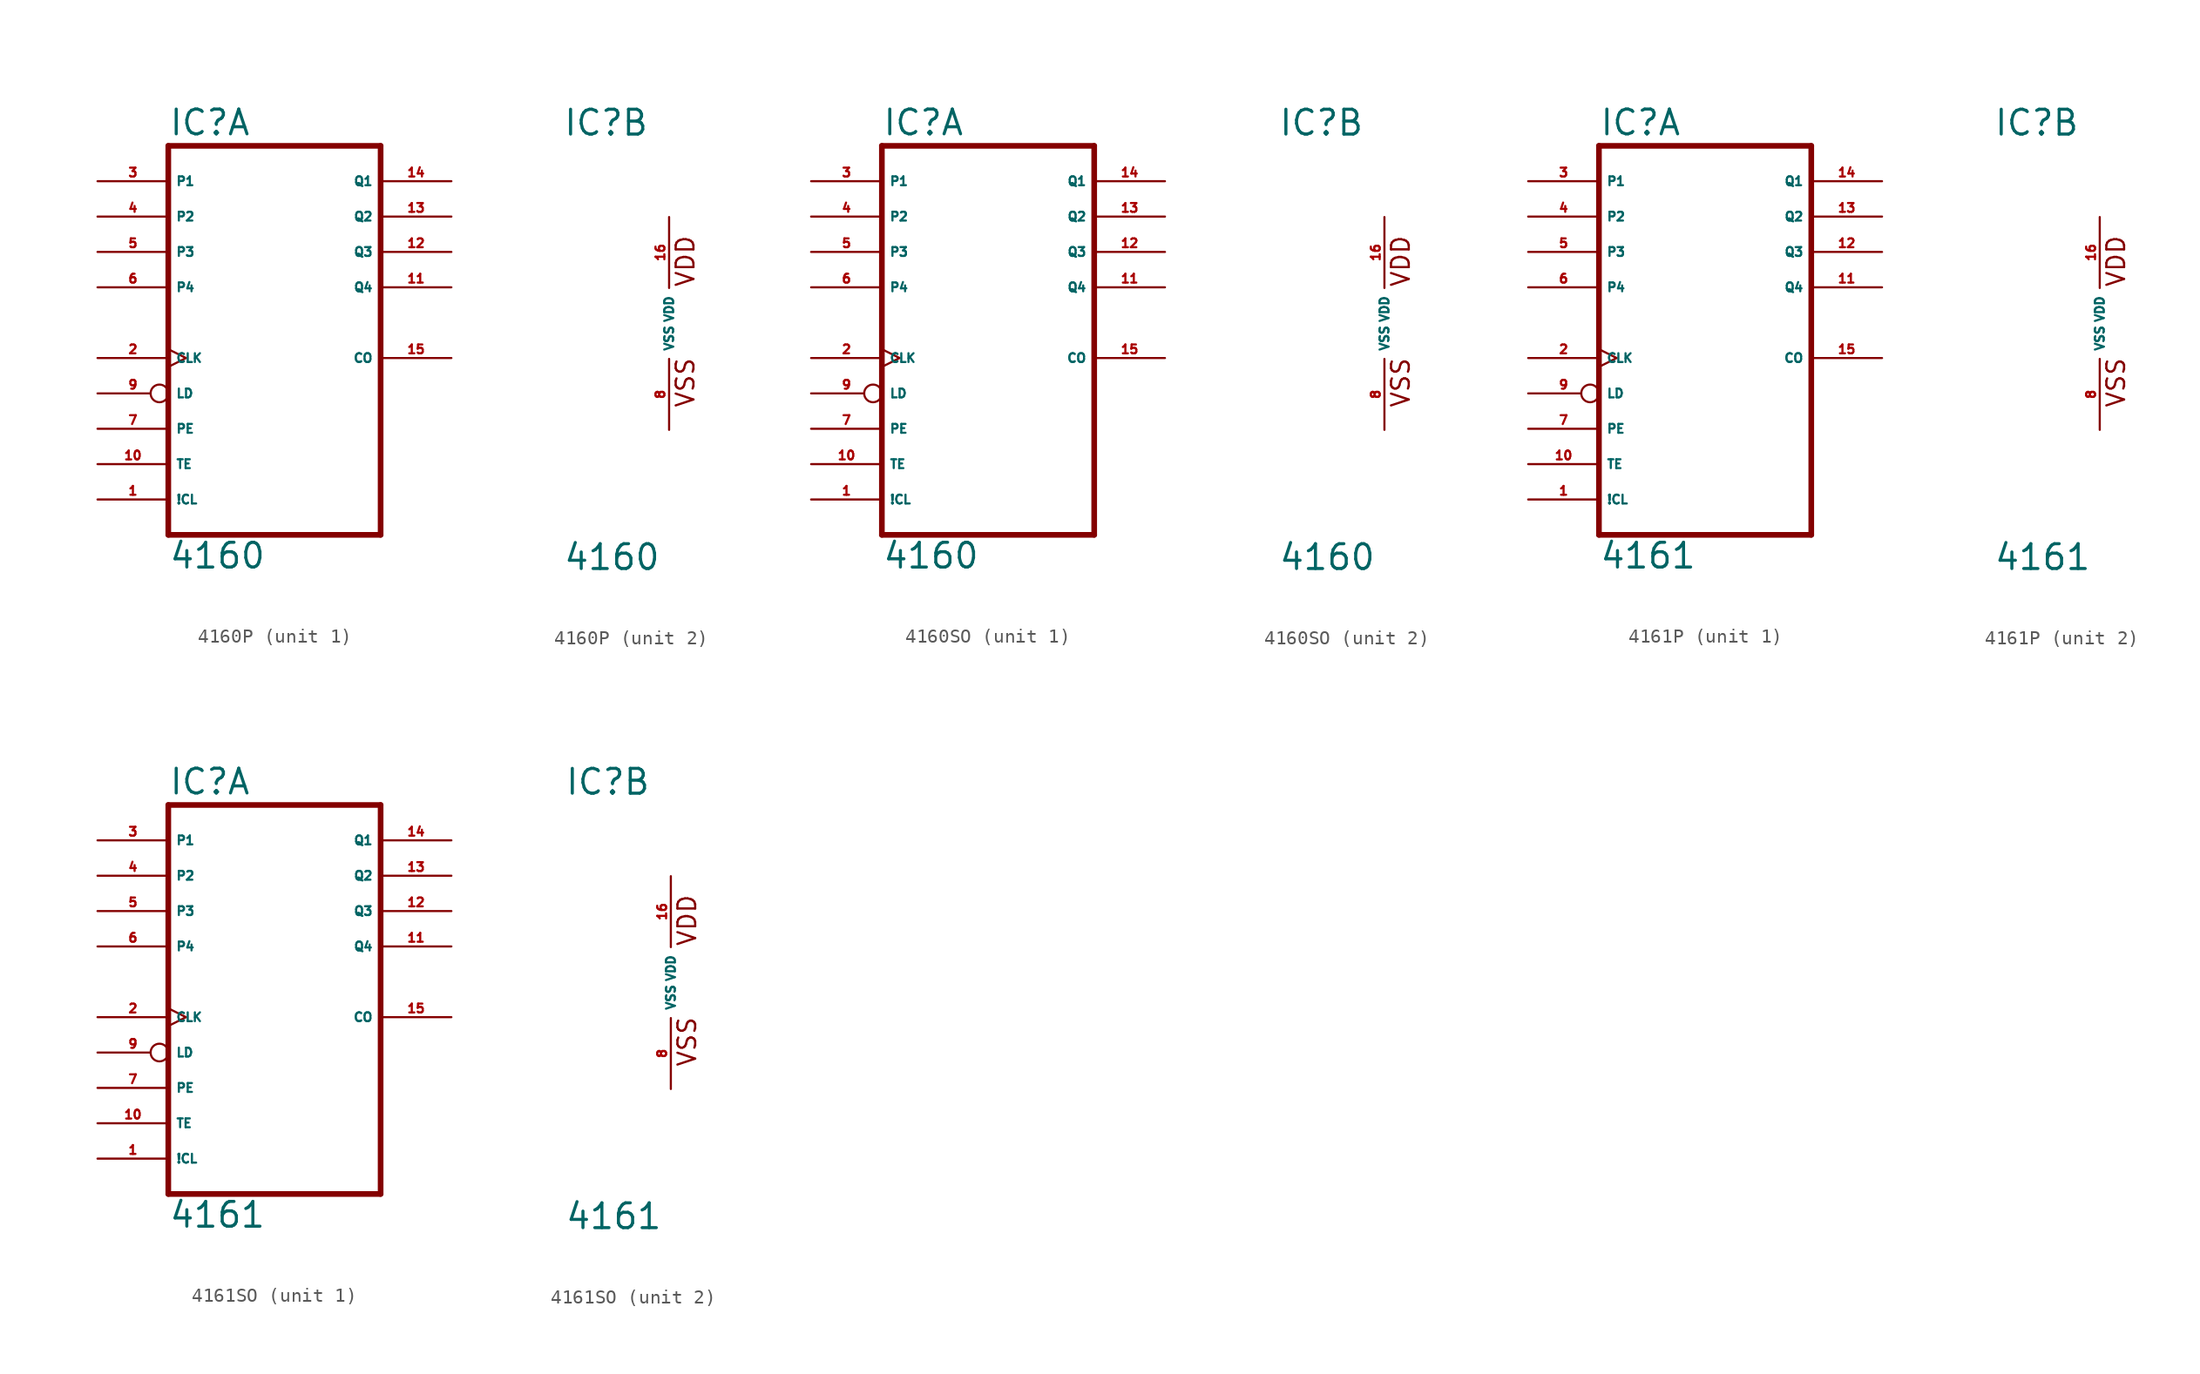
<source format=kicad_sym>
(kicad_symbol_lib
  (version 20220914)
  (generator Eagle2Kicad)
  (symbol "4160P"
    (property "Reference" "IC"
      (at -7.62 13.335 0)
      (effects (font (size 1.778 1.778) (thickness 0.22)) (justify left bottom)))
    (property "Value" "4160"
      (at -7.62 -17.78 0)
      (effects (font (size 1.778 1.778) (thickness 0.22)) (justify left bottom)))
    (symbol "4160P_1_0"
      (polyline (pts (xy -7.62 -15.24) (xy 7.62 -15.24)) (stroke (width 0.406) (type default)) (fill (type none)))
      (polyline (pts (xy 7.62 -15.24) (xy 7.62 12.7)) (stroke (width 0.406) (type default)) (fill (type none)))
      (polyline (pts (xy 7.62 12.7) (xy -7.62 12.7)) (stroke (width 0.406) (type default)) (fill (type none)))
      (polyline (pts (xy -7.62 12.7) (xy -7.62 -15.24)) (stroke (width 0.406) (type default)) (fill (type none)))
      (pin input line (at -12.7 -12.7 0) (length 5.08) (name "!CL" (effects (font (size 0.635 0.635) (thickness 0.08)) (justify left bottom))) (number "1" (effects (font (size 0.635 0.635) (thickness 0.08)) (justify left bottom))))
      (pin input clock (at -12.7 -2.54 0) (length 5.08) (name "CLK" (effects (font (size 0.635 0.635) (thickness 0.08)) (justify left bottom))) (number "2" (effects (font (size 0.635 0.635) (thickness 0.08)) (justify left bottom))))
      (pin input line (at -12.7 10.16 0) (length 5.08) (name "P1" (effects (font (size 0.635 0.635) (thickness 0.08)) (justify left bottom))) (number "3" (effects (font (size 0.635 0.635) (thickness 0.08)) (justify left bottom))))
      (pin input line (at -12.7 7.62 0) (length 5.08) (name "P2" (effects (font (size 0.635 0.635) (thickness 0.08)) (justify left bottom))) (number "4" (effects (font (size 0.635 0.635) (thickness 0.08)) (justify left bottom))))
      (pin input line (at -12.7 5.08 0) (length 5.08) (name "P3" (effects (font (size 0.635 0.635) (thickness 0.08)) (justify left bottom))) (number "5" (effects (font (size 0.635 0.635) (thickness 0.08)) (justify left bottom))))
      (pin input line (at -12.7 2.54 0) (length 5.08) (name "P4" (effects (font (size 0.635 0.635) (thickness 0.08)) (justify left bottom))) (number "6" (effects (font (size 0.635 0.635) (thickness 0.08)) (justify left bottom))))
      (pin input line (at -12.7 -7.62 0) (length 5.08) (name "PE" (effects (font (size 0.635 0.635) (thickness 0.08)) (justify left bottom))) (number "7" (effects (font (size 0.635 0.635) (thickness 0.08)) (justify left bottom))))
      (pin input inverted (at -12.7 -5.08 0) (length 5.08) (name "LD" (effects (font (size 0.635 0.635) (thickness 0.08)) (justify left bottom))) (number "9" (effects (font (size 0.635 0.635) (thickness 0.08)) (justify left bottom))))
      (pin input line (at -12.7 -10.16 0) (length 5.08) (name "TE" (effects (font (size 0.635 0.635) (thickness 0.08)) (justify left bottom))) (number "10" (effects (font (size 0.635 0.635) (thickness 0.08)) (justify left bottom))))
      (pin output line (at 12.7 2.54 180) (length 5.08) (name "Q4" (effects (font (size 0.635 0.635) (thickness 0.08)) (justify left bottom))) (number "11" (effects (font (size 0.635 0.635) (thickness 0.08)) (justify left bottom))))
      (pin output line (at 12.7 5.08 180) (length 5.08) (name "Q3" (effects (font (size 0.635 0.635) (thickness 0.08)) (justify left bottom))) (number "12" (effects (font (size 0.635 0.635) (thickness 0.08)) (justify left bottom))))
      (pin output line (at 12.7 7.62 180) (length 5.08) (name "Q2" (effects (font (size 0.635 0.635) (thickness 0.08)) (justify left bottom))) (number "13" (effects (font (size 0.635 0.635) (thickness 0.08)) (justify left bottom))))
      (pin output line (at 12.7 10.16 180) (length 5.08) (name "Q1" (effects (font (size 0.635 0.635) (thickness 0.08)) (justify left bottom))) (number "14" (effects (font (size 0.635 0.635) (thickness 0.08)) (justify left bottom))))
      (pin output line (at 12.7 -2.54 180) (length 5.08) (name "CO" (effects (font (size 0.635 0.635) (thickness 0.08)) (justify left bottom))) (number "15" (effects (font (size 0.635 0.635) (thickness 0.08)) (justify left bottom)))))
    (symbol "4160P_2_0"
      (text "VDD" (at 1.905 2.54 900) (effects (font (size 1.27 1.27) (thickness 0.16)) (justify left bottom)))
      (text "VSS" (at 1.905 -6.096 900) (effects (font (size 1.27 1.27) (thickness 0.16)) (justify left bottom)))
      (pin unspecified line (at 0 -7.62 90) (length 5.08) (name "VSS" (effects (font (size 0.635 0.635) (thickness 0.08)) (justify left bottom))) (number "8" (effects (font (size 0.635 0.635) (thickness 0.08)) (justify left bottom))))
      (pin unspecified line (at 0 7.62 270) (length 5.08) (name "VDD" (effects (font (size 0.635 0.635) (thickness 0.08)) (justify left bottom))) (number "16" (effects (font (size 0.635 0.635) (thickness 0.08)) (justify left bottom))))))
  (symbol "4160SO"
    (property "Reference" "IC"
      (at -7.62 13.335 0)
      (effects (font (size 1.778 1.778) (thickness 0.22)) (justify left bottom)))
    (property "Value" "4160"
      (at -7.62 -17.78 0)
      (effects (font (size 1.778 1.778) (thickness 0.22)) (justify left bottom)))
    (symbol "4160SO_1_0"
      (polyline (pts (xy -7.62 -15.24) (xy 7.62 -15.24)) (stroke (width 0.406) (type default)) (fill (type none)))
      (polyline (pts (xy 7.62 -15.24) (xy 7.62 12.7)) (stroke (width 0.406) (type default)) (fill (type none)))
      (polyline (pts (xy 7.62 12.7) (xy -7.62 12.7)) (stroke (width 0.406) (type default)) (fill (type none)))
      (polyline (pts (xy -7.62 12.7) (xy -7.62 -15.24)) (stroke (width 0.406) (type default)) (fill (type none)))
      (pin input line (at -12.7 -12.7 0) (length 5.08) (name "!CL" (effects (font (size 0.635 0.635) (thickness 0.08)) (justify left bottom))) (number "1" (effects (font (size 0.635 0.635) (thickness 0.08)) (justify left bottom))))
      (pin input clock (at -12.7 -2.54 0) (length 5.08) (name "CLK" (effects (font (size 0.635 0.635) (thickness 0.08)) (justify left bottom))) (number "2" (effects (font (size 0.635 0.635) (thickness 0.08)) (justify left bottom))))
      (pin input line (at -12.7 10.16 0) (length 5.08) (name "P1" (effects (font (size 0.635 0.635) (thickness 0.08)) (justify left bottom))) (number "3" (effects (font (size 0.635 0.635) (thickness 0.08)) (justify left bottom))))
      (pin input line (at -12.7 7.62 0) (length 5.08) (name "P2" (effects (font (size 0.635 0.635) (thickness 0.08)) (justify left bottom))) (number "4" (effects (font (size 0.635 0.635) (thickness 0.08)) (justify left bottom))))
      (pin input line (at -12.7 5.08 0) (length 5.08) (name "P3" (effects (font (size 0.635 0.635) (thickness 0.08)) (justify left bottom))) (number "5" (effects (font (size 0.635 0.635) (thickness 0.08)) (justify left bottom))))
      (pin input line (at -12.7 2.54 0) (length 5.08) (name "P4" (effects (font (size 0.635 0.635) (thickness 0.08)) (justify left bottom))) (number "6" (effects (font (size 0.635 0.635) (thickness 0.08)) (justify left bottom))))
      (pin input line (at -12.7 -7.62 0) (length 5.08) (name "PE" (effects (font (size 0.635 0.635) (thickness 0.08)) (justify left bottom))) (number "7" (effects (font (size 0.635 0.635) (thickness 0.08)) (justify left bottom))))
      (pin input inverted (at -12.7 -5.08 0) (length 5.08) (name "LD" (effects (font (size 0.635 0.635) (thickness 0.08)) (justify left bottom))) (number "9" (effects (font (size 0.635 0.635) (thickness 0.08)) (justify left bottom))))
      (pin input line (at -12.7 -10.16 0) (length 5.08) (name "TE" (effects (font (size 0.635 0.635) (thickness 0.08)) (justify left bottom))) (number "10" (effects (font (size 0.635 0.635) (thickness 0.08)) (justify left bottom))))
      (pin output line (at 12.7 2.54 180) (length 5.08) (name "Q4" (effects (font (size 0.635 0.635) (thickness 0.08)) (justify left bottom))) (number "11" (effects (font (size 0.635 0.635) (thickness 0.08)) (justify left bottom))))
      (pin output line (at 12.7 5.08 180) (length 5.08) (name "Q3" (effects (font (size 0.635 0.635) (thickness 0.08)) (justify left bottom))) (number "12" (effects (font (size 0.635 0.635) (thickness 0.08)) (justify left bottom))))
      (pin output line (at 12.7 7.62 180) (length 5.08) (name "Q2" (effects (font (size 0.635 0.635) (thickness 0.08)) (justify left bottom))) (number "13" (effects (font (size 0.635 0.635) (thickness 0.08)) (justify left bottom))))
      (pin output line (at 12.7 10.16 180) (length 5.08) (name "Q1" (effects (font (size 0.635 0.635) (thickness 0.08)) (justify left bottom))) (number "14" (effects (font (size 0.635 0.635) (thickness 0.08)) (justify left bottom))))
      (pin output line (at 12.7 -2.54 180) (length 5.08) (name "CO" (effects (font (size 0.635 0.635) (thickness 0.08)) (justify left bottom))) (number "15" (effects (font (size 0.635 0.635) (thickness 0.08)) (justify left bottom)))))
    (symbol "4160SO_2_0"
      (text "VDD" (at 1.905 2.54 900) (effects (font (size 1.27 1.27) (thickness 0.16)) (justify left bottom)))
      (text "VSS" (at 1.905 -6.096 900) (effects (font (size 1.27 1.27) (thickness 0.16)) (justify left bottom)))
      (pin unspecified line (at 0 -7.62 90) (length 5.08) (name "VSS" (effects (font (size 0.635 0.635) (thickness 0.08)) (justify left bottom))) (number "8" (effects (font (size 0.635 0.635) (thickness 0.08)) (justify left bottom))))
      (pin unspecified line (at 0 7.62 270) (length 5.08) (name "VDD" (effects (font (size 0.635 0.635) (thickness 0.08)) (justify left bottom))) (number "16" (effects (font (size 0.635 0.635) (thickness 0.08)) (justify left bottom))))))
  (symbol "4161P"
    (property "Reference" "IC"
      (at -7.62 13.335 0)
      (effects (font (size 1.778 1.778) (thickness 0.22)) (justify left bottom)))
    (property "Value" "4161"
      (at -7.62 -17.78 0)
      (effects (font (size 1.778 1.778) (thickness 0.22)) (justify left bottom)))
    (symbol "4161P_1_0"
      (polyline (pts (xy -7.62 -15.24) (xy 7.62 -15.24)) (stroke (width 0.406) (type default)) (fill (type none)))
      (polyline (pts (xy 7.62 -15.24) (xy 7.62 12.7)) (stroke (width 0.406) (type default)) (fill (type none)))
      (polyline (pts (xy 7.62 12.7) (xy -7.62 12.7)) (stroke (width 0.406) (type default)) (fill (type none)))
      (polyline (pts (xy -7.62 12.7) (xy -7.62 -15.24)) (stroke (width 0.406) (type default)) (fill (type none)))
      (pin input line (at -12.7 -12.7 0) (length 5.08) (name "!CL" (effects (font (size 0.635 0.635) (thickness 0.08)) (justify left bottom))) (number "1" (effects (font (size 0.635 0.635) (thickness 0.08)) (justify left bottom))))
      (pin input clock (at -12.7 -2.54 0) (length 5.08) (name "CLK" (effects (font (size 0.635 0.635) (thickness 0.08)) (justify left bottom))) (number "2" (effects (font (size 0.635 0.635) (thickness 0.08)) (justify left bottom))))
      (pin input line (at -12.7 10.16 0) (length 5.08) (name "P1" (effects (font (size 0.635 0.635) (thickness 0.08)) (justify left bottom))) (number "3" (effects (font (size 0.635 0.635) (thickness 0.08)) (justify left bottom))))
      (pin input line (at -12.7 7.62 0) (length 5.08) (name "P2" (effects (font (size 0.635 0.635) (thickness 0.08)) (justify left bottom))) (number "4" (effects (font (size 0.635 0.635) (thickness 0.08)) (justify left bottom))))
      (pin input line (at -12.7 5.08 0) (length 5.08) (name "P3" (effects (font (size 0.635 0.635) (thickness 0.08)) (justify left bottom))) (number "5" (effects (font (size 0.635 0.635) (thickness 0.08)) (justify left bottom))))
      (pin input line (at -12.7 2.54 0) (length 5.08) (name "P4" (effects (font (size 0.635 0.635) (thickness 0.08)) (justify left bottom))) (number "6" (effects (font (size 0.635 0.635) (thickness 0.08)) (justify left bottom))))
      (pin input line (at -12.7 -7.62 0) (length 5.08) (name "PE" (effects (font (size 0.635 0.635) (thickness 0.08)) (justify left bottom))) (number "7" (effects (font (size 0.635 0.635) (thickness 0.08)) (justify left bottom))))
      (pin input inverted (at -12.7 -5.08 0) (length 5.08) (name "LD" (effects (font (size 0.635 0.635) (thickness 0.08)) (justify left bottom))) (number "9" (effects (font (size 0.635 0.635) (thickness 0.08)) (justify left bottom))))
      (pin input line (at -12.7 -10.16 0) (length 5.08) (name "TE" (effects (font (size 0.635 0.635) (thickness 0.08)) (justify left bottom))) (number "10" (effects (font (size 0.635 0.635) (thickness 0.08)) (justify left bottom))))
      (pin output line (at 12.7 2.54 180) (length 5.08) (name "Q4" (effects (font (size 0.635 0.635) (thickness 0.08)) (justify left bottom))) (number "11" (effects (font (size 0.635 0.635) (thickness 0.08)) (justify left bottom))))
      (pin output line (at 12.7 5.08 180) (length 5.08) (name "Q3" (effects (font (size 0.635 0.635) (thickness 0.08)) (justify left bottom))) (number "12" (effects (font (size 0.635 0.635) (thickness 0.08)) (justify left bottom))))
      (pin output line (at 12.7 7.62 180) (length 5.08) (name "Q2" (effects (font (size 0.635 0.635) (thickness 0.08)) (justify left bottom))) (number "13" (effects (font (size 0.635 0.635) (thickness 0.08)) (justify left bottom))))
      (pin output line (at 12.7 10.16 180) (length 5.08) (name "Q1" (effects (font (size 0.635 0.635) (thickness 0.08)) (justify left bottom))) (number "14" (effects (font (size 0.635 0.635) (thickness 0.08)) (justify left bottom))))
      (pin output line (at 12.7 -2.54 180) (length 5.08) (name "CO" (effects (font (size 0.635 0.635) (thickness 0.08)) (justify left bottom))) (number "15" (effects (font (size 0.635 0.635) (thickness 0.08)) (justify left bottom)))))
    (symbol "4161P_2_0"
      (text "VDD" (at 1.905 2.54 900) (effects (font (size 1.27 1.27) (thickness 0.16)) (justify left bottom)))
      (text "VSS" (at 1.905 -6.096 900) (effects (font (size 1.27 1.27) (thickness 0.16)) (justify left bottom)))
      (pin unspecified line (at 0 -7.62 90) (length 5.08) (name "VSS" (effects (font (size 0.635 0.635) (thickness 0.08)) (justify left bottom))) (number "8" (effects (font (size 0.635 0.635) (thickness 0.08)) (justify left bottom))))
      (pin unspecified line (at 0 7.62 270) (length 5.08) (name "VDD" (effects (font (size 0.635 0.635) (thickness 0.08)) (justify left bottom))) (number "16" (effects (font (size 0.635 0.635) (thickness 0.08)) (justify left bottom))))))
  (symbol "4161SO"
    (property "Reference" "IC"
      (at -7.62 13.335 0)
      (effects (font (size 1.778 1.778) (thickness 0.22)) (justify left bottom)))
    (property "Value" "4161"
      (at -7.62 -17.78 0)
      (effects (font (size 1.778 1.778) (thickness 0.22)) (justify left bottom)))
    (symbol "4161SO_1_0"
      (polyline (pts (xy -7.62 -15.24) (xy 7.62 -15.24)) (stroke (width 0.406) (type default)) (fill (type none)))
      (polyline (pts (xy 7.62 -15.24) (xy 7.62 12.7)) (stroke (width 0.406) (type default)) (fill (type none)))
      (polyline (pts (xy 7.62 12.7) (xy -7.62 12.7)) (stroke (width 0.406) (type default)) (fill (type none)))
      (polyline (pts (xy -7.62 12.7) (xy -7.62 -15.24)) (stroke (width 0.406) (type default)) (fill (type none)))
      (pin input line (at -12.7 -12.7 0) (length 5.08) (name "!CL" (effects (font (size 0.635 0.635) (thickness 0.08)) (justify left bottom))) (number "1" (effects (font (size 0.635 0.635) (thickness 0.08)) (justify left bottom))))
      (pin input clock (at -12.7 -2.54 0) (length 5.08) (name "CLK" (effects (font (size 0.635 0.635) (thickness 0.08)) (justify left bottom))) (number "2" (effects (font (size 0.635 0.635) (thickness 0.08)) (justify left bottom))))
      (pin input line (at -12.7 10.16 0) (length 5.08) (name "P1" (effects (font (size 0.635 0.635) (thickness 0.08)) (justify left bottom))) (number "3" (effects (font (size 0.635 0.635) (thickness 0.08)) (justify left bottom))))
      (pin input line (at -12.7 7.62 0) (length 5.08) (name "P2" (effects (font (size 0.635 0.635) (thickness 0.08)) (justify left bottom))) (number "4" (effects (font (size 0.635 0.635) (thickness 0.08)) (justify left bottom))))
      (pin input line (at -12.7 5.08 0) (length 5.08) (name "P3" (effects (font (size 0.635 0.635) (thickness 0.08)) (justify left bottom))) (number "5" (effects (font (size 0.635 0.635) (thickness 0.08)) (justify left bottom))))
      (pin input line (at -12.7 2.54 0) (length 5.08) (name "P4" (effects (font (size 0.635 0.635) (thickness 0.08)) (justify left bottom))) (number "6" (effects (font (size 0.635 0.635) (thickness 0.08)) (justify left bottom))))
      (pin input line (at -12.7 -7.62 0) (length 5.08) (name "PE" (effects (font (size 0.635 0.635) (thickness 0.08)) (justify left bottom))) (number "7" (effects (font (size 0.635 0.635) (thickness 0.08)) (justify left bottom))))
      (pin input inverted (at -12.7 -5.08 0) (length 5.08) (name "LD" (effects (font (size 0.635 0.635) (thickness 0.08)) (justify left bottom))) (number "9" (effects (font (size 0.635 0.635) (thickness 0.08)) (justify left bottom))))
      (pin input line (at -12.7 -10.16 0) (length 5.08) (name "TE" (effects (font (size 0.635 0.635) (thickness 0.08)) (justify left bottom))) (number "10" (effects (font (size 0.635 0.635) (thickness 0.08)) (justify left bottom))))
      (pin output line (at 12.7 2.54 180) (length 5.08) (name "Q4" (effects (font (size 0.635 0.635) (thickness 0.08)) (justify left bottom))) (number "11" (effects (font (size 0.635 0.635) (thickness 0.08)) (justify left bottom))))
      (pin output line (at 12.7 5.08 180) (length 5.08) (name "Q3" (effects (font (size 0.635 0.635) (thickness 0.08)) (justify left bottom))) (number "12" (effects (font (size 0.635 0.635) (thickness 0.08)) (justify left bottom))))
      (pin output line (at 12.7 7.62 180) (length 5.08) (name "Q2" (effects (font (size 0.635 0.635) (thickness 0.08)) (justify left bottom))) (number "13" (effects (font (size 0.635 0.635) (thickness 0.08)) (justify left bottom))))
      (pin output line (at 12.7 10.16 180) (length 5.08) (name "Q1" (effects (font (size 0.635 0.635) (thickness 0.08)) (justify left bottom))) (number "14" (effects (font (size 0.635 0.635) (thickness 0.08)) (justify left bottom))))
      (pin output line (at 12.7 -2.54 180) (length 5.08) (name "CO" (effects (font (size 0.635 0.635) (thickness 0.08)) (justify left bottom))) (number "15" (effects (font (size 0.635 0.635) (thickness 0.08)) (justify left bottom)))))
    (symbol "4161SO_2_0"
      (text "VDD" (at 1.905 2.54 900) (effects (font (size 1.27 1.27) (thickness 0.16)) (justify left bottom)))
      (text "VSS" (at 1.905 -6.096 900) (effects (font (size 1.27 1.27) (thickness 0.16)) (justify left bottom)))
      (pin unspecified line (at 0 -7.62 90) (length 5.08) (name "VSS" (effects (font (size 0.635 0.635) (thickness 0.08)) (justify left bottom))) (number "8" (effects (font (size 0.635 0.635) (thickness 0.08)) (justify left bottom))))
      (pin unspecified line (at 0 7.62 270) (length 5.08) (name "VDD" (effects (font (size 0.635 0.635) (thickness 0.08)) (justify left bottom))) (number "16" (effects (font (size 0.635 0.635) (thickness 0.08)) (justify left bottom)))))))
</source>
